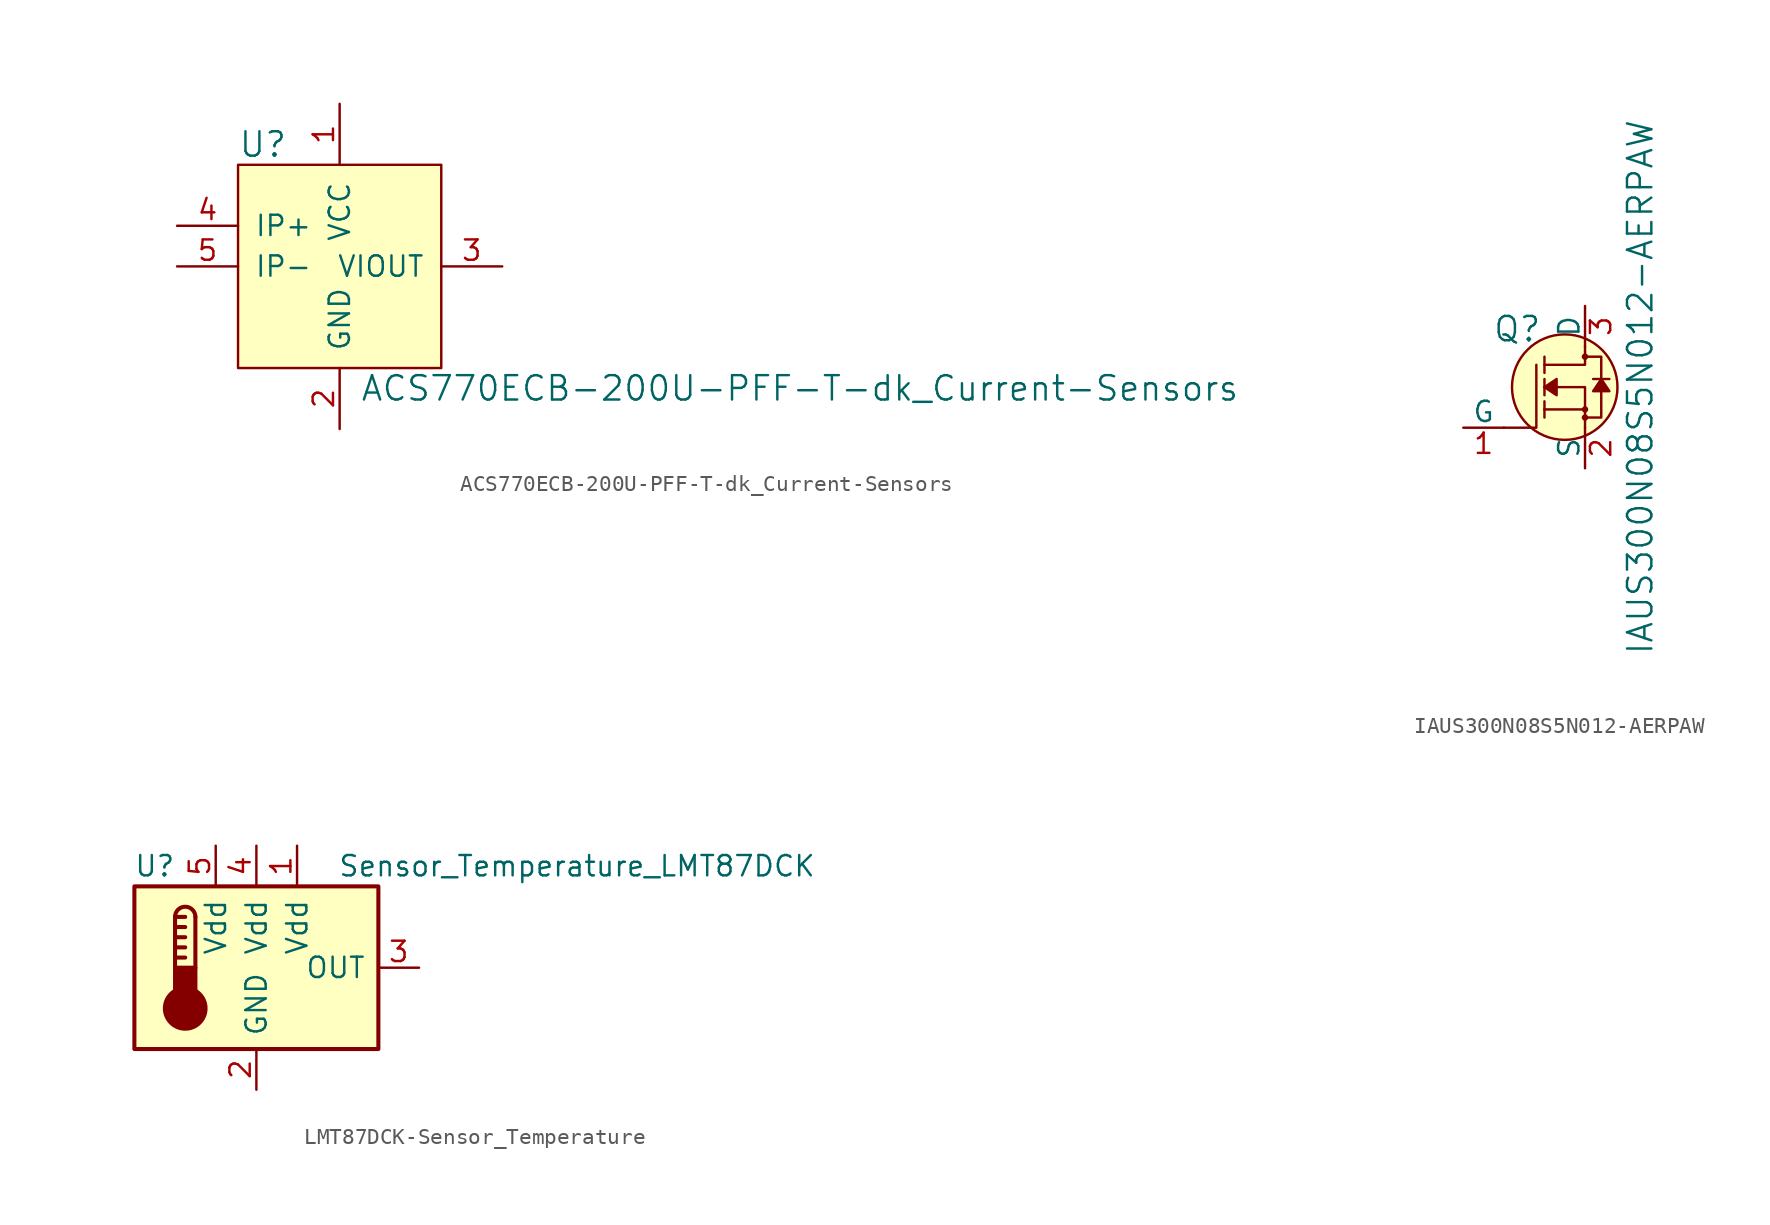
<source format=kicad_sym>
(kicad_symbol_lib
  (version 20231120)
  (generator "kicad_symbol_editor")
  (generator_version "8.0")
  (symbol "ACS770ECB-200U-PFF-T-dk_Current-Sensors"
    (pin_names
      (offset 1.016))
    (property "Reference" "U"
      (at -6.35 7.62 0)
      (effects (font (size 1.524 1.524)) (justify left)))
    (property "Value" "ACS770ECB-200U-PFF-T-dk_Current-Sensors"
      (at 1.27 -7.62 0)
      (effects (font (size 1.524 1.524)) (justify left)))
    (symbol "ACS770ECB-200U-PFF-T-dk_Current-Sensors_1_1"
      (rectangle (start -6.35 6.35) (end 6.35 -6.35) (stroke (width 0) (type solid)) (fill (type background)))
      (pin power_in line (at 0 10.16 270) (length 3.81) (name "VCC" (effects (font (size 1.27 1.27)))) (number "1" (effects (font (size 1.27 1.27)))))
      (pin power_in line (at 0 -10.16 90) (length 3.81) (name "GND" (effects (font (size 1.27 1.27)))) (number "2" (effects (font (size 1.27 1.27)))))
      (pin output line (at 10.16 0 180) (length 3.81) (name "VIOUT" (effects (font (size 1.27 1.27)))) (number "3" (effects (font (size 1.27 1.27)))))
      (pin input line (at -10.16 2.54 0) (length 3.81) (name "IP+" (effects (font (size 1.27 1.27)))) (number "4" (effects (font (size 1.27 1.27)))))
      (pin input line (at -10.16 0 0) (length 3.81) (name "IP-" (effects (font (size 1.27 1.27)))) (number "5" (effects (font (size 1.27 1.27)))))))
  (symbol "IAUS300N08S5N012-AERPAW"
    (pin_names
      (offset 0))
    (property "Reference" "Q"
      (at -2.692 3.632 0)
      (effects (font (size 1.524 1.524)) (justify right)))
    (property "Value" "IAUS300N08S5N012-AERPAW"
      (at 3.454 0 90)
      (effects (font (size 1.524 1.524))))
    (symbol "IAUS300N08S5N012-AERPAW_0_1"
      (circle (center -1.27 0) (radius 3.302) (stroke (width 0) (type solid)) (fill (type background)))
      (circle (center 0 -1.905) (radius 0.127) (stroke (width 0) (type solid)) (fill (type none)))
      (circle (center 0 -1.397) (radius 0.127) (stroke (width 0) (type solid)) (fill (type none)))
      (polyline (pts (xy 0 -1.397) (xy -2.54 -1.397)) (stroke (width 0) (type solid)) (fill (type none)))
      (polyline (pts (xy -5.08 -2.54) (xy -3.048 -2.54) (xy -3.048 1.397)) (stroke (width 0) (type solid)) (fill (type none)))
      (polyline (pts (xy 0 -2.54) (xy 0 0) (xy -2.54 0)) (stroke (width 0) (type solid)) (fill (type none)))
      (polyline (pts (xy 0 2.54) (xy 0 1.397) (xy -2.54 1.397)) (stroke (width 0) (type solid)) (fill (type none)))
      (polyline (pts (xy -0.127 -1.905) (xy 1.016 -1.905) (xy 1.016 1.397) (xy 1.016 1.905) (xy -0.127 1.905)) (stroke (width 0) (type solid)) (fill (type none)))
      (circle (center 0 1.905) (radius 0.127) (stroke (width 0) (type solid)) (fill (type none))))
    (symbol "IAUS300N08S5N012-AERPAW_1_1"
      (polyline (pts (xy -2.54 -1.397) (xy -2.54 -1.905)) (stroke (width 0) (type solid)) (fill (type none)))
      (polyline (pts (xy -2.54 -1.397) (xy -2.54 -0.889)) (stroke (width 0) (type solid)) (fill (type none)))
      (polyline (pts (xy -2.54 0) (xy -2.54 -0.508)) (stroke (width 0) (type solid)) (fill (type none)))
      (polyline (pts (xy -2.54 0) (xy -2.54 0.508)) (stroke (width 0) (type solid)) (fill (type none)))
      (polyline (pts (xy -2.54 1.905) (xy -2.54 0.889)) (stroke (width 0) (type solid)) (fill (type none)))
      (polyline (pts (xy 1.524 0.508) (xy 0.508 0.508)) (stroke (width 0) (type solid)) (fill (type none)))
      (polyline (pts (xy -2.54 0) (xy -1.778 0.508) (xy -1.778 -0.508) (xy -2.54 0)) (stroke (width 0) (type solid)) (fill (type outline)))
      (polyline (pts (xy 1.016 0.508) (xy 0.508 -0.254) (xy 1.524 -0.254) (xy 1.016 0.508)) (stroke (width 0) (type solid)) (fill (type outline)))
      (pin bidirectional line (at -7.62 -2.54 0) (length 2.54) (name "G" (effects (font (size 1.27 1.27)))) (number "1" (effects (font (size 1.27 1.27)))))
      (pin bidirectional line (at 0 -5.08 90) (length 2.54) (name "S" (effects (font (size 1.27 1.27)))) (number "2" (effects (font (size 1.27 1.27)))))
      (pin bidirectional line (at 0 5.08 270) (length 2.54) (name "D" (effects (font (size 1.27 1.27)))) (number "3" (effects (font (size 1.27 1.27)))))))
  (symbol "LMT87DCK-Sensor_Temperature"
    (pin_names
      (offset 0.762))
    (property "Reference" "U"
      (at -6.35 6.35 0)
      (effects (font (size 1.27 1.27))))
    (property "Value" "Sensor_Temperature_LMT87DCK"
      (at 5.08 6.35 0)
      (effects (font (size 1.27 1.27)) (justify left)))
    (symbol "LMT87DCK-Sensor_Temperature_0_1"
      (rectangle (start -7.62 5.08) (end 7.62 -5.08) (stroke (width 0.254) (type solid)) (fill (type background)))
      (circle (center -4.445 -2.54) (radius 1.27) (stroke (width 0.254) (type solid)) (fill (type outline)))
      (rectangle (start -3.81 -1.905) (end -5.08 0) (stroke (width 0.254) (type solid)) (fill (type outline)))
      (arc (start -3.81 3.175) (mid -4.445 3.81) (end -5.08 3.175) (stroke (width 0.254) (type solid)) (fill (type none)))
      (polyline (pts (xy -5.08 0.635) (xy -4.445 0.635)) (stroke (width 0.254) (type solid)) (fill (type none)))
      (polyline (pts (xy -5.08 1.27) (xy -4.445 1.27)) (stroke (width 0.254) (type solid)) (fill (type none)))
      (polyline (pts (xy -5.08 1.905) (xy -4.445 1.905)) (stroke (width 0.254) (type solid)) (fill (type none)))
      (polyline (pts (xy -5.08 2.54) (xy -4.445 2.54)) (stroke (width 0.254) (type solid)) (fill (type none)))
      (polyline (pts (xy -5.08 3.175) (xy -5.08 0)) (stroke (width 0.254) (type solid)) (fill (type none)))
      (polyline (pts (xy -5.08 3.175) (xy -4.445 3.175)) (stroke (width 0.254) (type solid)) (fill (type none)))
      (polyline (pts (xy -3.81 3.175) (xy -3.81 0)) (stroke (width 0.254) (type solid)) (fill (type none))))
    (symbol "LMT87DCK-Sensor_Temperature_1_1"
      (pin power_in line (at 2.54 7.62 270) (length 2.54) (name "Vdd" (effects (font (size 1.27 1.27)))) (number "1" (effects (font (size 1.27 1.27)))))
      (pin power_in line (at 0 -7.62 90) (length 2.54) (name "GND" (effects (font (size 1.27 1.27)))) (number "2" (effects (font (size 1.27 1.27)))))
      (pin output line (at 10.16 0 180) (length 2.54) (name "OUT" (effects (font (size 1.27 1.27)))) (number "3" (effects (font (size 1.27 1.27)))))
      (pin power_in line (at 0 7.62 270) (length 2.54) (name "Vdd" (effects (font (size 1.27 1.27)))) (number "4" (effects (font (size 1.27 1.27)))))
      (pin power_in line (at -2.54 7.62 270) (length 2.54) (name "Vdd" (effects (font (size 1.27 1.27)))) (number "5" (effects (font (size 1.27 1.27))))))))
</source>
